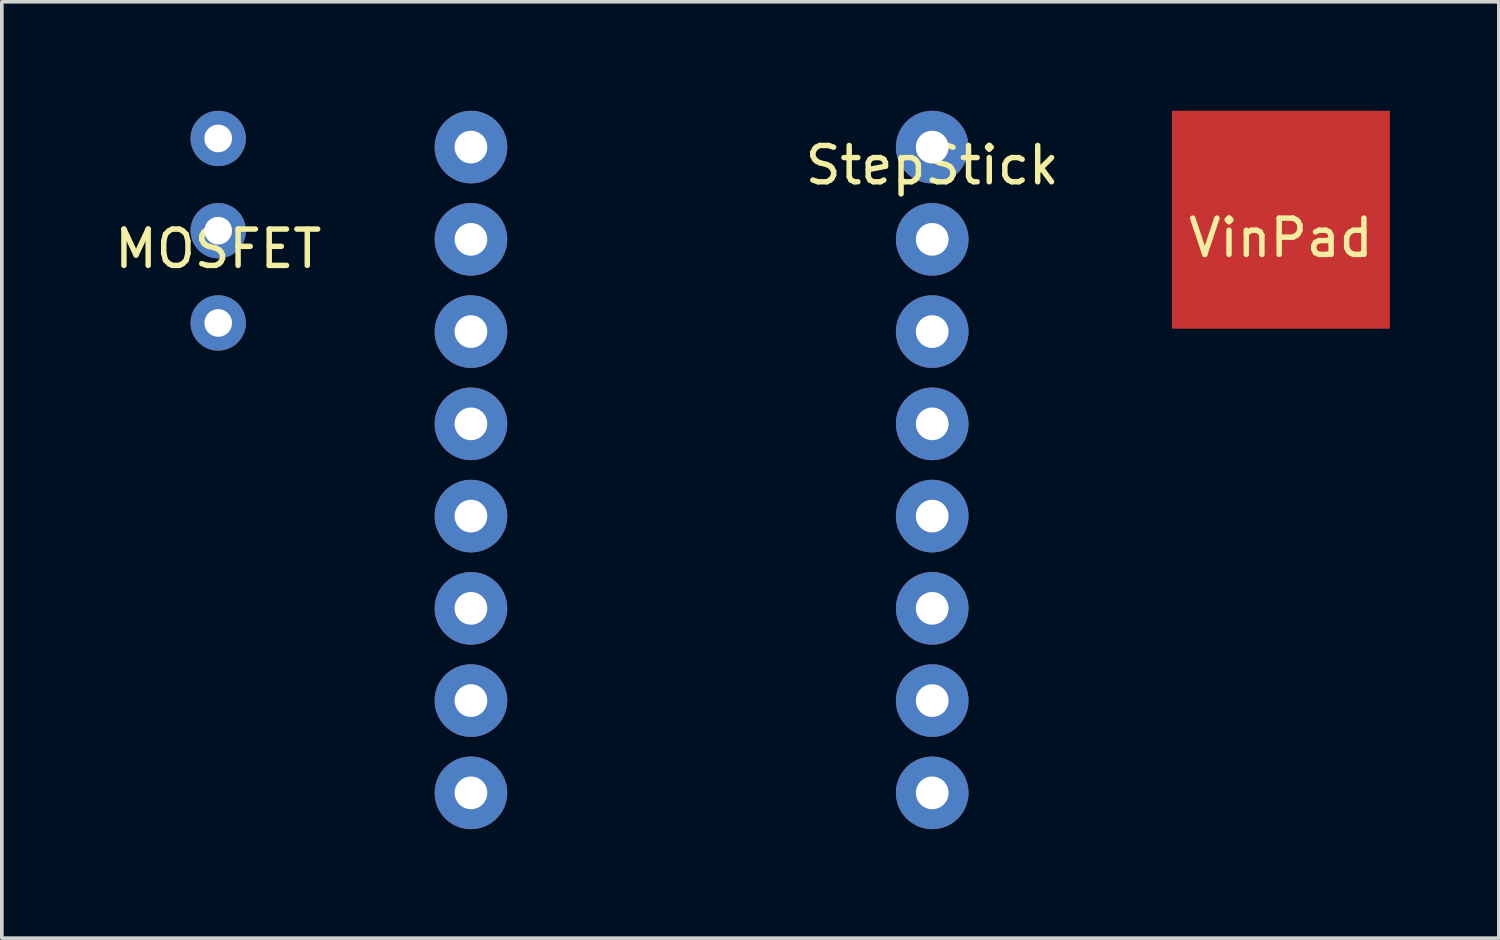
<source format=kicad_pcb>
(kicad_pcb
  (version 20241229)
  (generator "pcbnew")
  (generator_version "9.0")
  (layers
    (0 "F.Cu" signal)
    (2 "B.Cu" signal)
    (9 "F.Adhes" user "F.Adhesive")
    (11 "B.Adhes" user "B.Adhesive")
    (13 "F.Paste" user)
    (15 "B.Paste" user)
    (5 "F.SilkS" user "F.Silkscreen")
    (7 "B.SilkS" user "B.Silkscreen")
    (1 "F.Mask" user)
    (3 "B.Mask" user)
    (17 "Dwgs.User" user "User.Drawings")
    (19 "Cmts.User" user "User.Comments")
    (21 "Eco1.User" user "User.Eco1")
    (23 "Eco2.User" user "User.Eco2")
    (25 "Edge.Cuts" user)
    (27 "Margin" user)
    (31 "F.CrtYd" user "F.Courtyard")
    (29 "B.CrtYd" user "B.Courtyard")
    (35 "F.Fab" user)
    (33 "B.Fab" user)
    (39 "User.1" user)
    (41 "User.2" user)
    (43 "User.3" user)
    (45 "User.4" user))
  (footprint "MOSFET"
    (layer "F.Cu")
    (at 2.958 3.302)
    (property "Reference" "MOSFET" (at 0 0.5 0) (layer "F.SilkS") (effects (font (size 1 1) (thickness 0.15))))
    (attr through_hole)
    (pad "1" thru_hole circle (at 0 0) (size 1.524 1.524) (drill 0.762) (layers "*.Cu" "*.Mask"))
    (pad "2" thru_hole circle (at 0 -2.54) (size 1.524 1.524) (drill 0.762) (layers "*.Cu" "*.Mask"))
    (pad "3" thru_hole circle (at 0 2.54) (size 1.524 1.524) (drill 0.762) (layers "*.Cu" "*.Mask")))
  (footprint "StepStick"
    (layer "F.Cu")
    (at 22.617 1)
    (property "Reference" "StepStick" (at 0 0.5 0) (layer "F.SilkS") (effects (font (size 1 1) (thickness 0.15))))
    (attr through_hole)
    (pad "1" thru_hole circle (at 0 0) (size 2 2) (drill 0.9) (layers "*.Cu" "*.Mask" "B.Adhes"))
    (pad "2" thru_hole circle (at 0 2.54) (size 2 2) (drill 0.9) (layers "*.Cu" "*.Mask" "B.Adhes"))
    (pad "3" thru_hole circle (at 0 5.08) (size 2 2) (drill 0.9) (layers "*.Cu" "*.Mask" "B.Adhes"))
    (pad "4" thru_hole circle (at 0 7.62) (size 2 2) (drill 0.9) (layers "*.Cu" "*.Mask" "B.Adhes"))
    (pad "5" thru_hole circle (at 0 10.16) (size 2 2) (drill 0.9) (layers "*.Cu" "*.Mask" "B.Adhes"))
    (pad "6" thru_hole circle (at 0 12.7) (size 2 2) (drill 0.9) (layers "*.Cu" "*.Mask" "B.Adhes"))
    (pad "7" thru_hole circle (at 0 15.24) (size 2 2) (drill 0.9) (layers "*.Cu" "*.Mask" "B.Adhes"))
    (pad "8" thru_hole circle (at 0 17.78) (size 2 2) (drill 0.9) (layers "*.Cu" "*.Mask" "B.Adhes"))
    (pad "9" thru_hole circle (at -12.7 0) (size 2 2) (drill 0.9) (layers "*.Cu" "*.Mask" "B.Adhes"))
    (pad "10" thru_hole circle (at -12.7 2.54) (size 2 2) (drill 0.9) (layers "*.Cu" "*.Mask" "B.Adhes"))
    (pad "11" thru_hole circle (at -12.7 5.08) (size 2 2) (drill 0.9) (layers "*.Cu" "*.Mask" "B.Adhes"))
    (pad "12" thru_hole circle (at -12.7 7.62) (size 2 2) (drill 0.9) (layers "*.Cu" "*.Mask" "B.Adhes"))
    (pad "13" thru_hole circle (at -12.7 10.16) (size 2 2) (drill 0.9) (layers "*.Cu" "*.Mask" "B.Adhes"))
    (pad "14" thru_hole circle (at -12.7 12.7) (size 2 2) (drill 0.9) (layers "*.Cu" "*.Mask" "B.Adhes"))
    (pad "15" thru_hole circle (at -12.7 15.24) (size 2 2) (drill 0.9) (layers "*.Cu" "*.Mask" "B.Adhes"))
    (pad "16" thru_hole circle (at -12.7 17.78) (size 2 2) (drill 0.9) (layers "*.Cu" "*.Mask" "B.Adhes")))
  (footprint "VinPad"
    (layer "F.Cu")
    (at 32.218 3)
    (property "Reference" "VinPad" (at 0 0.5 0) (layer "F.SilkS") (effects (font (size 1 1) (thickness 0.15))))
    (attr through_hole)
    (pad "1" smd rect (at 0 0) (size 6 6) (layers "F.Cu" "F.Mask" "F.Paste")))
  (gr_rect
    (start -3 -3)
    (end 38.218 22.78)
    (stroke (width 0.1) (type default))
    (fill no)
    (layer "Edge.Cuts")))
</source>
